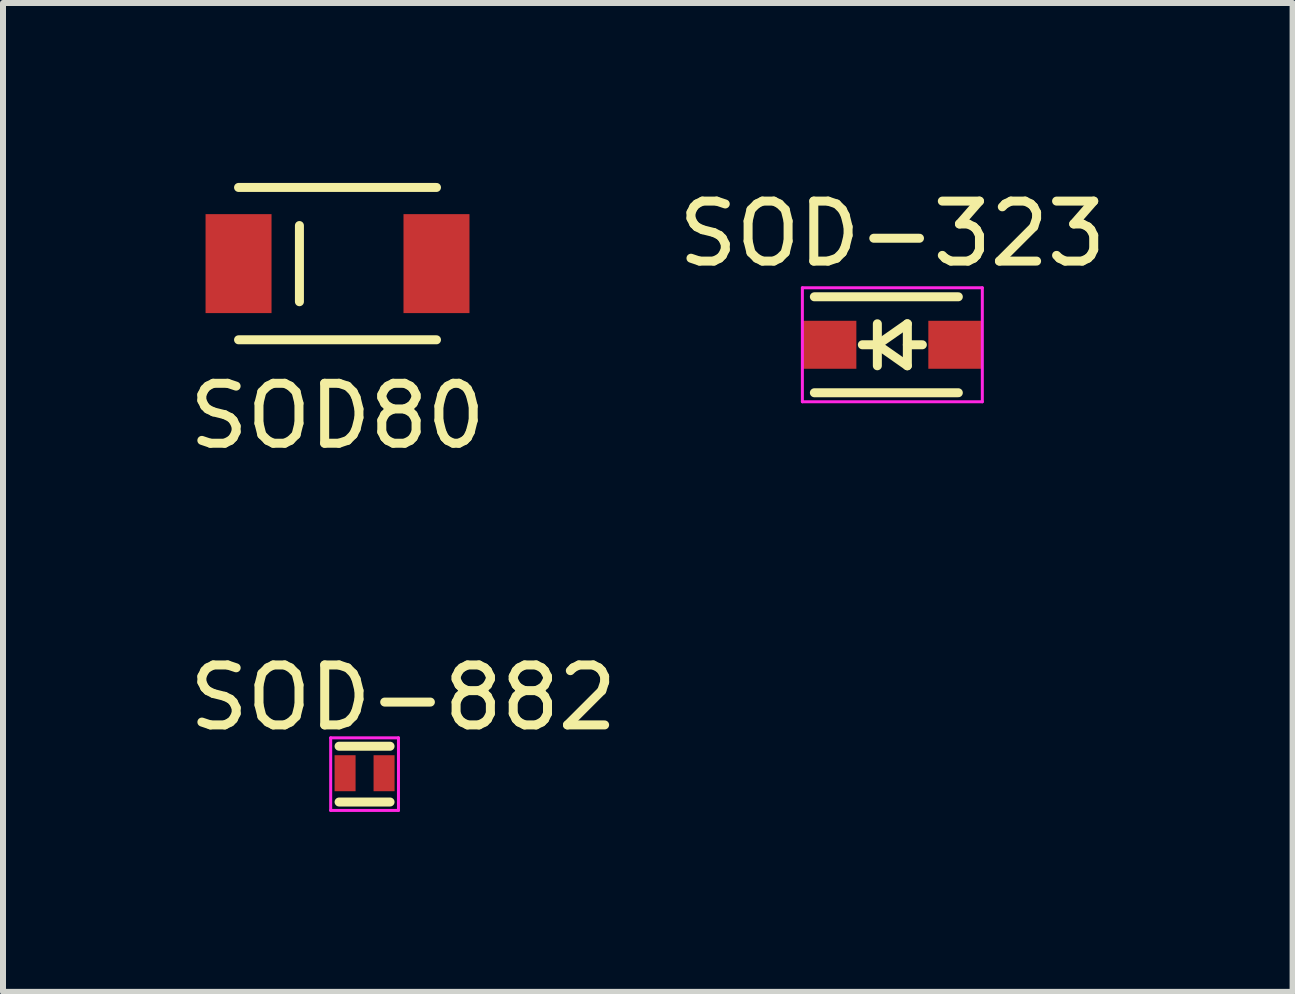
<source format=kicad_pcb>
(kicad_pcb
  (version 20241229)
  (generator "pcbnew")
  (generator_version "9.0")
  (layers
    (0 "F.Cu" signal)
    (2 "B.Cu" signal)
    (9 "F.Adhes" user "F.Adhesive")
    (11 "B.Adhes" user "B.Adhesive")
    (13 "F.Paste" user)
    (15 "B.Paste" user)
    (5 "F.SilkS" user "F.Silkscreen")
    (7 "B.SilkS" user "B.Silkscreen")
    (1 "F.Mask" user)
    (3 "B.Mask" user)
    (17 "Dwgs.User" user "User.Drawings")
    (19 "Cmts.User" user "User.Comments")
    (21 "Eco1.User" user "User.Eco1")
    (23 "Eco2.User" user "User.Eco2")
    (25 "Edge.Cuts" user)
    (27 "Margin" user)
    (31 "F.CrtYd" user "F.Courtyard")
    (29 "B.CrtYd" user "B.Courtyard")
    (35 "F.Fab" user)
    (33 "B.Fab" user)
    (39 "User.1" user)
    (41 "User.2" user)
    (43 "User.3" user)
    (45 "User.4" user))
  (footprint "SOD-323"
    (layer "F.Cu")
    (at 11.827 2.698)
    (property "Reference" "SOD-323" (at 0 -1.85 0) (layer "F.SilkS") (effects (font (size 1 1) (thickness 0.15))))
    (attr smd)
    (fp_line (start -1.3 -0.8) (end 1.1 -0.8) (stroke (width 0.15) (type solid)) (layer "F.SilkS"))
    (fp_line (start -1.3 0.8) (end 1.1 0.8) (stroke (width 0.15) (type solid)) (layer "F.SilkS"))
    (fp_line (start -0.25 -0.35) (end -0.25 0.35) (stroke (width 0.15) (type solid)) (layer "F.SilkS"))
    (fp_line (start -0.25 0) (end -0.5 0) (stroke (width 0.15) (type solid)) (layer "F.SilkS"))
    (fp_line (start -0.25 0) (end 0.25 -0.35) (stroke (width 0.15) (type solid)) (layer "F.SilkS"))
    (fp_line (start 0.25 -0.35) (end 0.25 0.35) (stroke (width 0.15) (type solid)) (layer "F.SilkS"))
    (fp_line (start 0.25 0) (end 0.5 0) (stroke (width 0.15) (type solid)) (layer "F.SilkS"))
    (fp_line (start 0.25 0.35) (end -0.25 0) (stroke (width 0.15) (type solid)) (layer "F.SilkS"))
    (fp_line (start -1.5 -0.95) (end -1.5 0.95) (stroke (width 0.05) (type solid)) (layer "F.CrtYd"))
    (fp_line (start -1.5 -0.95) (end 1.5 -0.95) (stroke (width 0.05) (type solid)) (layer "F.CrtYd"))
    (fp_line (start -1.5 0.95) (end 1.5 0.95) (stroke (width 0.05) (type solid)) (layer "F.CrtYd"))
    (fp_line (start 1.5 -0.95) (end 1.5 0.95) (stroke (width 0.05) (type solid)) (layer "F.CrtYd"))
    (pad "1" smd rect (at -1.05 0) (size 0.9 0.8) (layers "F.Cu" "F.Mask" "F.Paste"))
    (pad "2" smd rect (at 1.05 0) (size 0.9 0.8) (layers "F.Cu" "F.Mask" "F.Paste")))
  (footprint "SOD-882"
    (layer "F.Cu")
    (at 3.023 9.841)
    (property "Reference" "SOD-882" (at 0.65 -1.26 0) (layer "F.SilkS") (effects (font (size 1 1) (thickness 0.15))))
    (attr through_hole)
    (fp_line (start -0.42 -0.45) (end 0.43 -0.45) (stroke (width 0.15) (type solid)) (layer "F.SilkS"))
    (fp_line (start -0.42 0.48) (end 0.43 0.48) (stroke (width 0.15) (type solid)) (layer "F.SilkS"))
    (fp_line (start -0.56 -0.59) (end -0.56 0.62) (stroke (width 0.05) (type solid)) (layer "F.CrtYd"))
    (fp_line (start -0.56 -0.59) (end 0.57 -0.59) (stroke (width 0.05) (type solid)) (layer "F.CrtYd"))
    (fp_line (start -0.56 0.62) (end 0.57 0.62) (stroke (width 0.05) (type solid)) (layer "F.CrtYd"))
    (fp_line (start 0.57 -0.59) (end 0.57 0.62) (stroke (width 0.05) (type solid)) (layer "F.CrtYd"))
    (pad "1" smd rect (at -0.32 0) (size 0.35 0.6) (layers "F.Cu" "F.Mask" "F.Paste"))
    (pad "2" smd rect (at 0.33 0) (size 0.35 0.6) (layers "F.Cu" "F.Mask" "F.Paste")))
  (footprint "SOD80"
    (layer "F.Cu")
    (at 2.577 1.345)
    (property "Reference" "SOD80" (at 0 2.54 0) (layer "F.SilkS") (effects (font (size 1 1) (thickness 0.15))))
    (attr through_hole)
    (fp_line (start -1.65 -1.27) (end 1.65 -1.27) (stroke (width 0.15) (type solid)) (layer "F.SilkS"))
    (fp_line (start -1.65 1.27) (end 1.65 1.27) (stroke (width 0.15) (type solid)) (layer "F.SilkS"))
    (fp_line (start -0.635 -0.635) (end -0.635 0.635) (stroke (width 0.15) (type solid)) (layer "F.SilkS"))
    (pad "1" smd rect (at -1.65 0) (size 1.1 1.65) (layers "F.Cu" "F.Mask" "F.Paste"))
    (pad "2" smd rect (at 1.65 0) (size 1.1 1.65) (layers "F.Cu" "F.Mask" "F.Paste")))
  (gr_rect
    (start -3 -3)
    (end 18.5 13.486)
    (stroke (width 0.1) (type default))
    (fill no)
    (layer "Edge.Cuts")))
</source>
